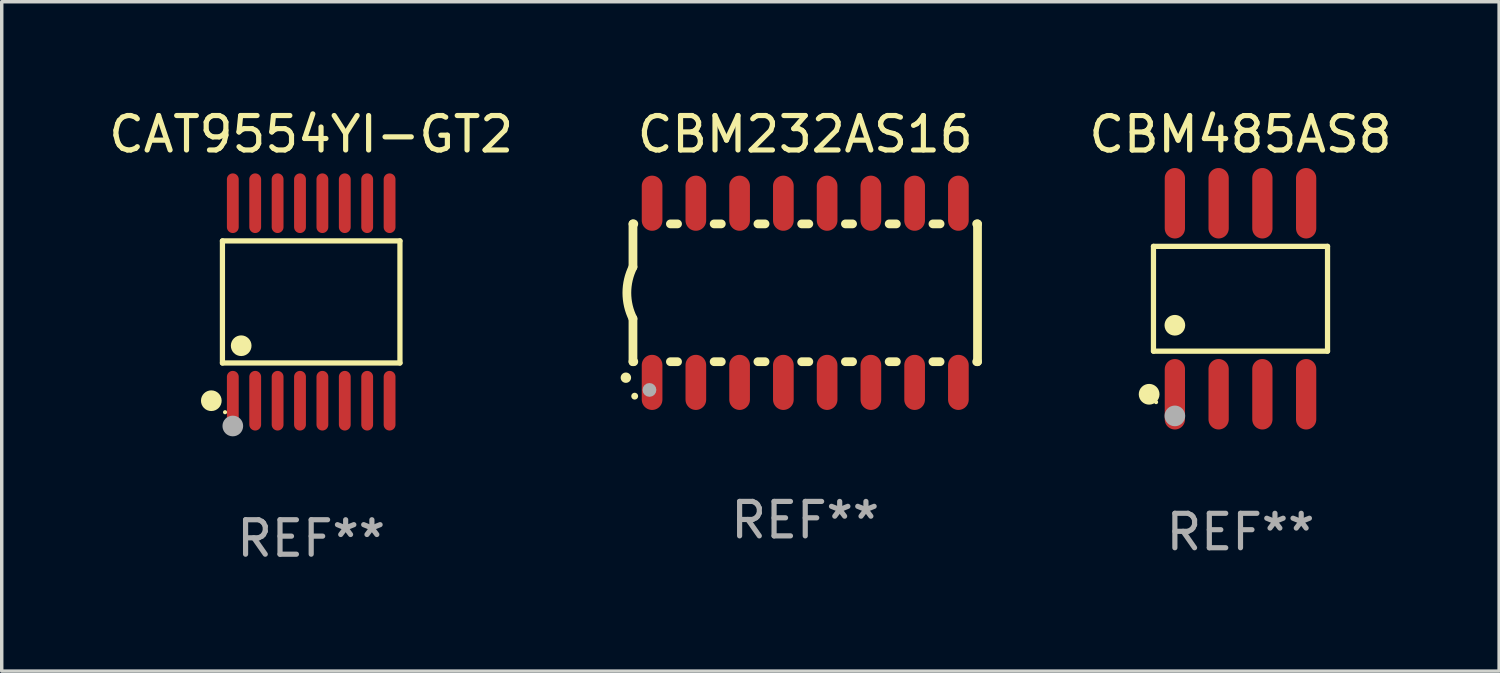
<source format=kicad_pcb>
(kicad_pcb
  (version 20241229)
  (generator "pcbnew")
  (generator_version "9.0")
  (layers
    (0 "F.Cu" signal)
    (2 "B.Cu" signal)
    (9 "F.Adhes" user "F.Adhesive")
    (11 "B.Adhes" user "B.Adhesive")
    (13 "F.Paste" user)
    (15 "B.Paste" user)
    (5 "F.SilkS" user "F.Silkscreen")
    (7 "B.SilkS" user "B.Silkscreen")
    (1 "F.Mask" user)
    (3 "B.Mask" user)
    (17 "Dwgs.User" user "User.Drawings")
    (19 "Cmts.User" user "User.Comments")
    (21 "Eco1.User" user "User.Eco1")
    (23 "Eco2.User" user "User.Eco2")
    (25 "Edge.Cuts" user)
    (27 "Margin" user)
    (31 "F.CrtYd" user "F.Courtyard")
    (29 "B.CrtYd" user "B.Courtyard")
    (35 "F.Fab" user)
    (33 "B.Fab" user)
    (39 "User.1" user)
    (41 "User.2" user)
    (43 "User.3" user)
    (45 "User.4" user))
  (footprint "CAT9554YI-GT2"
    (layer "F.Cu")
    (at 5.982 5.714)
    (property "Reference" "CAT9554YI-GT2" (at 0 -4.866 0) (layer "F.SilkS") (effects (font (size 1 1) (thickness 0.15))))
    (attr through_hole)
    (fp_line (start -2.576 -1.772) (end 2.576 -1.772) (stroke (width 0.152) (type solid)) (layer "F.SilkS"))
    (fp_line (start -2.576 1.771) (end -2.576 -1.772) (stroke (width 0.152) (type solid)) (layer "F.SilkS"))
    (fp_line (start 2.576 -1.772) (end 2.576 1.771) (stroke (width 0.152) (type solid)) (layer "F.SilkS"))
    (fp_line (start 2.576 1.771) (end -2.576 1.771) (stroke (width 0.152) (type solid)) (layer "F.SilkS"))
    (fp_circle (center -2.899 2.866) (end -2.749 2.866) (stroke (width 0.3) (type solid)) (fill no) (layer "F.SilkS"))
    (fp_circle (center -2.5 3.2) (end -2.47 3.2) (stroke (width 0.06) (type solid)) (fill no) (layer "F.SilkS"))
    (fp_circle (center -2.032 1.27) (end -1.882 1.27) (stroke (width 0.3) (type solid)) (fill no) (layer "F.SilkS"))
    (fp_circle (center -2.275 3.6) (end -2.125 3.6) (stroke (width 0.3) (type solid)) (fill no) (layer "F.Fab"))
    (fp_text user "REF**" (at 0 6.866 0) (layer "F.Fab") (effects (font (size 1 1) (thickness 0.15))))
    (pad "1" smd oval (at -2.275 2.866) (size 0.343 1.731) (layers "F.Cu" "F.Mask" "F.Paste"))
    (pad "2" smd oval (at -1.625 2.866) (size 0.343 1.731) (layers "F.Cu" "F.Mask" "F.Paste"))
    (pad "3" smd oval (at -0.975 2.866) (size 0.343 1.731) (layers "F.Cu" "F.Mask" "F.Paste"))
    (pad "4" smd oval (at -0.325 2.866) (size 0.343 1.731) (layers "F.Cu" "F.Mask" "F.Paste"))
    (pad "5" smd oval (at 0.325 2.866) (size 0.343 1.731) (layers "F.Cu" "F.Mask" "F.Paste"))
    (pad "6" smd oval (at 0.975 2.866) (size 0.343 1.731) (layers "F.Cu" "F.Mask" "F.Paste"))
    (pad "7" smd oval (at 1.625 2.866) (size 0.343 1.731) (layers "F.Cu" "F.Mask" "F.Paste"))
    (pad "8" smd oval (at 2.275 2.866) (size 0.343 1.731) (layers "F.Cu" "F.Mask" "F.Paste"))
    (pad "9" smd oval (at 2.275 -2.866) (size 0.343 1.731) (layers "F.Cu" "F.Mask" "F.Paste"))
    (pad "10" smd oval (at 1.625 -2.866) (size 0.343 1.731) (layers "F.Cu" "F.Mask" "F.Paste"))
    (pad "11" smd oval (at 0.975 -2.866) (size 0.343 1.731) (layers "F.Cu" "F.Mask" "F.Paste"))
    (pad "12" smd oval (at 0.325 -2.866) (size 0.343 1.731) (layers "F.Cu" "F.Mask" "F.Paste"))
    (pad "13" smd oval (at -0.325 -2.866) (size 0.343 1.731) (layers "F.Cu" "F.Mask" "F.Paste"))
    (pad "14" smd oval (at -0.975 -2.866) (size 0.343 1.731) (layers "F.Cu" "F.Mask" "F.Paste"))
    (pad "15" smd oval (at -1.625 -2.866) (size 0.343 1.731) (layers "F.Cu" "F.Mask" "F.Paste"))
    (pad "16" smd oval (at -2.275 -2.866) (size 0.343 1.731) (layers "F.Cu" "F.Mask" "F.Paste")))
  (footprint "CBM232AS16"
    (layer "F.Cu")
    (at 20.321 5.448)
    (property "Reference" "CBM232AS16" (at 0 -4.6 0) (layer "F.SilkS") (effects (font (size 1 1) (thickness 0.15))))
    (attr through_hole)
    (fp_line (start -5 -2) (end -5 -0.75) (stroke (width 0.254) (type solid)) (layer "F.SilkS"))
    (fp_line (start -5 -2) (end -4.976 -2) (stroke (width 0.254) (type solid)) (layer "F.SilkS"))
    (fp_line (start -5 2) (end -5 0.75) (stroke (width 0.254) (type solid)) (layer "F.SilkS"))
    (fp_line (start -5 2) (end -4.976 2) (stroke (width 0.254) (type solid)) (layer "F.SilkS"))
    (fp_line (start -3.914 -2) (end -3.706 -2) (stroke (width 0.254) (type solid)) (layer "F.SilkS"))
    (fp_line (start -3.914 2) (end -3.706 2) (stroke (width 0.254) (type solid)) (layer "F.SilkS"))
    (fp_line (start -2.644 -2) (end -2.436 -2) (stroke (width 0.254) (type solid)) (layer "F.SilkS"))
    (fp_line (start -2.644 2) (end -2.436 2) (stroke (width 0.254) (type solid)) (layer "F.SilkS"))
    (fp_line (start -1.374 -2) (end -1.166 -2) (stroke (width 0.254) (type solid)) (layer "F.SilkS"))
    (fp_line (start -1.374 2) (end -1.166 2) (stroke (width 0.254) (type solid)) (layer "F.SilkS"))
    (fp_line (start -0.104 -2) (end 0.104 -2) (stroke (width 0.254) (type solid)) (layer "F.SilkS"))
    (fp_line (start -0.104 2) (end 0.104 2) (stroke (width 0.254) (type solid)) (layer "F.SilkS"))
    (fp_line (start 1.166 -2) (end 1.374 -2) (stroke (width 0.254) (type solid)) (layer "F.SilkS"))
    (fp_line (start 1.166 2) (end 1.374 2) (stroke (width 0.254) (type solid)) (layer "F.SilkS"))
    (fp_line (start 2.436 -2) (end 2.644 -2) (stroke (width 0.254) (type solid)) (layer "F.SilkS"))
    (fp_line (start 2.436 2) (end 2.644 2) (stroke (width 0.254) (type solid)) (layer "F.SilkS"))
    (fp_line (start 3.706 -2) (end 3.914 -2) (stroke (width 0.254) (type solid)) (layer "F.SilkS"))
    (fp_line (start 3.706 2) (end 3.914 2) (stroke (width 0.254) (type solid)) (layer "F.SilkS"))
    (fp_line (start 4.976 -2) (end 5 -2) (stroke (width 0.254) (type solid)) (layer "F.SilkS"))
    (fp_line (start 4.976 2) (end 5 2) (stroke (width 0.254) (type solid)) (layer "F.SilkS"))
    (fp_line (start 5 2) (end 5 -2) (stroke (width 0.254) (type solid)) (layer "F.SilkS"))
    (fp_arc (start -5.20701 2.46383) (mid -5.20574 2.463825) (end -5.20447 2.46383) (stroke (width 0.3) (type solid)) (layer "F.SilkS"))
    (fp_arc (start -5 0.751207) (mid -5.177192 0.00061) (end -5 -0.749987) (stroke (width 0.254001) (type solid)) (layer "F.SilkS"))
    (fp_circle (center -4.95 3) (end -4.9 3) (stroke (width 0.1) (type solid)) (fill no) (layer "F.SilkS"))
    (fp_circle (center -4.521 2.819) (end -4.421 2.819) (stroke (width 0.2) (type solid)) (fill no) (layer "F.Fab"))
    (fp_text user "REF**" (at 0 6.6 0) (layer "F.Fab") (effects (font (size 1 1) (thickness 0.15))))
    (pad "1" smd oval (at -4.445 2.6 180) (size 0.6 1.6) (layers "F.Cu" "F.Mask" "F.Paste"))
    (pad "2" smd oval (at -3.175 2.6 180) (size 0.6 1.6) (layers "F.Cu" "F.Mask" "F.Paste"))
    (pad "3" smd oval (at -1.905 2.6 180) (size 0.6 1.6) (layers "F.Cu" "F.Mask" "F.Paste"))
    (pad "4" smd oval (at -0.635 2.6 180) (size 0.6 1.6) (layers "F.Cu" "F.Mask" "F.Paste"))
    (pad "5" smd oval (at 0.635 2.6 180) (size 0.6 1.6) (layers "F.Cu" "F.Mask" "F.Paste"))
    (pad "6" smd oval (at 1.905 2.6 180) (size 0.6 1.6) (layers "F.Cu" "F.Mask" "F.Paste"))
    (pad "7" smd oval (at 3.175 2.6 180) (size 0.6 1.6) (layers "F.Cu" "F.Mask" "F.Paste"))
    (pad "8" smd oval (at 4.445 2.6 180) (size 0.6 1.6) (layers "F.Cu" "F.Mask" "F.Paste"))
    (pad "9" smd oval (at 4.445 -2.6 180) (size 0.6 1.6) (layers "F.Cu" "F.Mask" "F.Paste"))
    (pad "10" smd oval (at 3.175 -2.6 180) (size 0.6 1.6) (layers "F.Cu" "F.Mask" "F.Paste"))
    (pad "11" smd oval (at 1.905 -2.6 180) (size 0.6 1.6) (layers "F.Cu" "F.Mask" "F.Paste"))
    (pad "12" smd oval (at 0.635 -2.6 180) (size 0.6 1.6) (layers "F.Cu" "F.Mask" "F.Paste"))
    (pad "13" smd oval (at -0.635 -2.6 180) (size 0.6 1.6) (layers "F.Cu" "F.Mask" "F.Paste"))
    (pad "14" smd oval (at -1.905 -2.6 180) (size 0.6 1.6) (layers "F.Cu" "F.Mask" "F.Paste"))
    (pad "15" smd oval (at -3.175 -2.6 180) (size 0.6 1.6) (layers "F.Cu" "F.Mask" "F.Paste"))
    (pad "16" smd oval (at -4.445 -2.6 180) (size 0.6 1.6) (layers "F.Cu" "F.Mask" "F.Paste")))
  (footprint "CBM485AS8"
    (layer "F.Cu")
    (at 32.954 5.621)
    (property "Reference" "CBM485AS8" (at 0 -4.772 0) (layer "F.SilkS") (effects (font (size 1 1) (thickness 0.15))))
    (attr through_hole)
    (fp_line (start -2.526 -1.521) (end 2.526 -1.521) (stroke (width 0.152) (type solid)) (layer "F.SilkS"))
    (fp_line (start -2.526 1.521) (end -2.526 -1.521) (stroke (width 0.152) (type solid)) (layer "F.SilkS"))
    (fp_line (start 2.526 -1.521) (end 2.526 1.521) (stroke (width 0.152) (type solid)) (layer "F.SilkS"))
    (fp_line (start 2.526 1.521) (end -2.526 1.521) (stroke (width 0.152) (type solid)) (layer "F.SilkS"))
    (fp_circle (center -2.652 2.772) (end -2.501 2.772) (stroke (width 0.3) (type solid)) (fill no) (layer "F.SilkS"))
    (fp_circle (center -2.45 3) (end -2.42 3) (stroke (width 0.06) (type solid)) (fill no) (layer "F.SilkS"))
    (fp_circle (center -1.905 0.769) (end -1.755 0.769) (stroke (width 0.3) (type solid)) (fill no) (layer "F.SilkS"))
    (fp_circle (center -1.905 3.4) (end -1.755 3.4) (stroke (width 0.3) (type solid)) (fill no) (layer "F.Fab"))
    (fp_text user "REF**" (at 0 6.772 0) (layer "F.Fab") (effects (font (size 1 1) (thickness 0.15))))
    (pad "1" smd oval (at -1.905 2.772) (size 0.588 2.045) (layers "F.Cu" "F.Mask" "F.Paste"))
    (pad "2" smd oval (at -0.635 2.772) (size 0.588 2.045) (layers "F.Cu" "F.Mask" "F.Paste"))
    (pad "3" smd oval (at 0.635 2.772) (size 0.588 2.045) (layers "F.Cu" "F.Mask" "F.Paste"))
    (pad "4" smd oval (at 1.905 2.772) (size 0.588 2.045) (layers "F.Cu" "F.Mask" "F.Paste"))
    (pad "5" smd oval (at 1.905 -2.772) (size 0.588 2.045) (layers "F.Cu" "F.Mask" "F.Paste"))
    (pad "6" smd oval (at 0.635 -2.772) (size 0.588 2.045) (layers "F.Cu" "F.Mask" "F.Paste"))
    (pad "7" smd oval (at -0.635 -2.772) (size 0.588 2.045) (layers "F.Cu" "F.Mask" "F.Paste"))
    (pad "8" smd oval (at -1.905 -2.772) (size 0.588 2.045) (layers "F.Cu" "F.Mask" "F.Paste")))
  (gr_rect
    (start -3 -3)
    (end 40.46 16.428)
    (stroke (width 0.1) (type default))
    (fill no)
    (layer "Edge.Cuts")))
</source>
